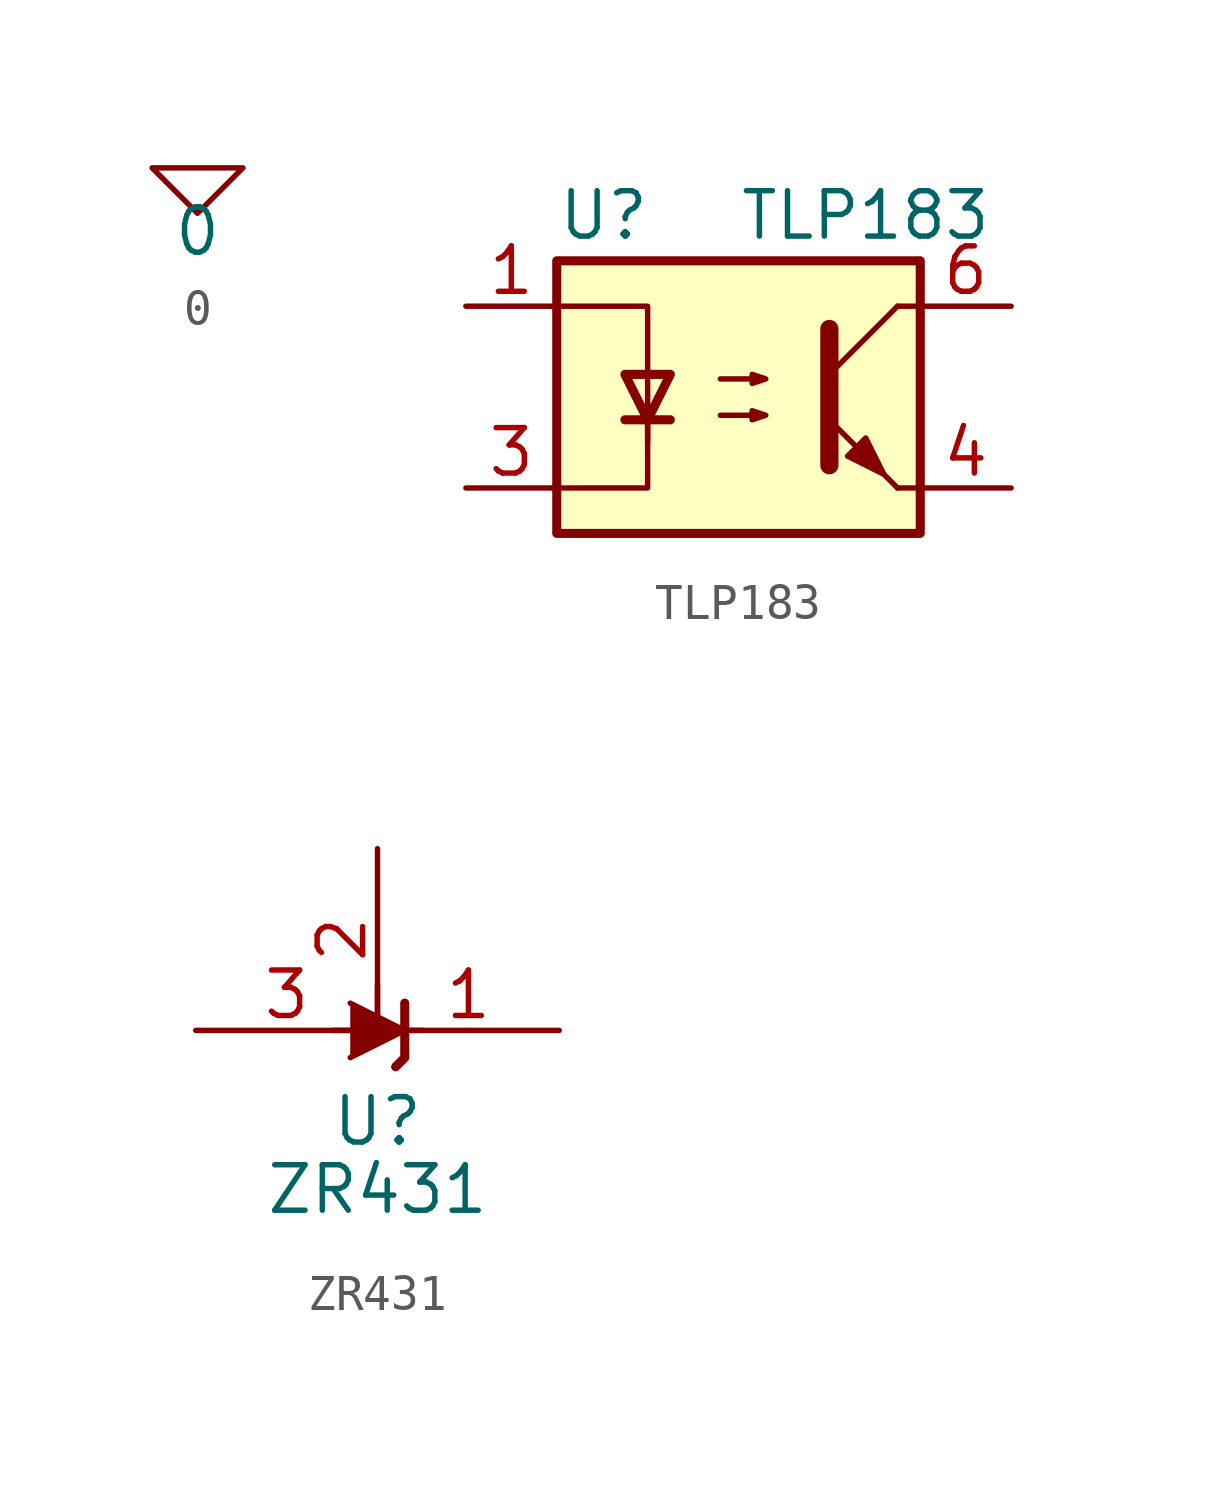
<source format=kicad_sym>
(kicad_symbol_lib
  (version 20241209)
  (generator "kicad_symbol_editor")
  (generator_version "9.0")
  (symbol "0"
    (power)
    (pin_names
      (offset 0))
    (property "Reference" "#GND"
      (at 0 -2.54 0)
      (effects (font (size 1.27 1.27)) (hide yes)))
    (property "Value" "0"
      (at 0 -1.778 0)
      (effects (font (size 1.27 1.27))))
    (symbol "0_0_1"
      (polyline (pts (xy -1.27 0) (xy 0 -1.27) (xy 1.27 0) (xy -1.27 0)) (stroke (width 0) (type default)) (fill (type none))))
    (symbol "0_1_1"
      (pin power_in line (at 0 0 0) (length 0) (hide yes) (name "0" (effects (font (size 1.016 1.016)))) (number "1" (effects (font (size 1.016 1.016)))))))
  (symbol "TLP183"
    (property "Reference" "U"
      (at -5.08 5.08 0)
      (effects (font (size 1.27 1.27)) (justify left)))
    (property "Value" "TLP183"
      (at 0 5.08 0)
      (effects (font (size 1.27 1.27)) (justify left)))
    (symbol "TLP183_0_1"
      (rectangle (start -5.08 3.81) (end 5.08 -3.81) (stroke (width 0.254) (type default)) (fill (type background)))
      (polyline (pts (xy -5.08 2.54) (xy -2.54 2.54) (xy -2.54 -1.27) (xy -2.54 0.635)) (stroke (width 0) (type default)) (fill (type none)))
      (polyline (pts (xy -3.175 -0.635) (xy -1.905 -0.635)) (stroke (width 0.254) (type default)) (fill (type none)))
      (polyline (pts (xy -2.54 -0.635) (xy -2.54 -2.54) (xy -5.08 -2.54)) (stroke (width 0) (type default)) (fill (type none)))
      (polyline (pts (xy -2.54 -0.635) (xy -3.175 0.635) (xy -1.905 0.635) (xy -2.54 -0.635)) (stroke (width 0.254) (type default)) (fill (type none)))
      (polyline (pts (xy -0.508 0.508) (xy 0.762 0.508) (xy 0.381 0.381) (xy 0.381 0.635) (xy 0.762 0.508)) (stroke (width 0) (type default)) (fill (type none)))
      (polyline (pts (xy -0.508 -0.508) (xy 0.762 -0.508) (xy 0.381 -0.635) (xy 0.381 -0.381) (xy 0.762 -0.508)) (stroke (width 0) (type default)) (fill (type none)))
      (polyline (pts (xy 2.54 1.905) (xy 2.54 -1.905) (xy 2.54 -1.905)) (stroke (width 0.508) (type default)) (fill (type none)))
      (polyline (pts (xy 2.54 0.635) (xy 4.445 2.54)) (stroke (width 0) (type default)) (fill (type none)))
      (polyline (pts (xy 3.048 -1.651) (xy 3.556 -1.143) (xy 4.064 -2.159) (xy 3.048 -1.651) (xy 3.048 -1.651)) (stroke (width 0) (type default)) (fill (type outline)))
      (polyline (pts (xy 4.445 2.54) (xy 5.08 2.54)) (stroke (width 0) (type default)) (fill (type none)))
      (polyline (pts (xy 4.445 -2.54) (xy 2.54 -0.635)) (stroke (width 0) (type default)) (fill (type outline)))
      (polyline (pts (xy 4.445 -2.54) (xy 5.08 -2.54)) (stroke (width 0) (type default)) (fill (type none))))
    (symbol "TLP183_1_1"
      (pin passive line (at -7.62 2.54 0) (length 2.54) (name "~" (effects (font (size 1.27 1.27)))) (number "1" (effects (font (size 1.27 1.27)))))
      (pin passive line (at -7.62 -2.54 0) (length 2.54) (name "~" (effects (font (size 1.27 1.27)))) (number "3" (effects (font (size 1.27 1.27)))))
      (pin passive line (at 7.62 2.54 180) (length 2.54) (name "~" (effects (font (size 1.27 1.27)))) (number "6" (effects (font (size 1.27 1.27)))))
      (pin passive line (at 7.62 -2.54 180) (length 2.54) (name "~" (effects (font (size 1.27 1.27)))) (number "4" (effects (font (size 1.27 1.27)))))))
  (symbol "ZR431"
    (pin_names
      (hide yes))
    (property "Reference" "U"
      (at 0 -2.54 0)
      (effects (font (size 1.27 1.27))))
    (property "Value" "ZR431"
      (at 0 -4.445 0)
      (effects (font (size 1.27 1.27))))
    (symbol "ZR431_0_1"
      (polyline (pts (xy -1.27 0) (xy 0 0) (xy 1.27 0)) (stroke (width 0) (type default)) (fill (type none)))
      (polyline (pts (xy -0.762 0.762) (xy 0.762 0) (xy -0.762 -0.762)) (stroke (width 0) (type default)) (fill (type outline)))
      (polyline (pts (xy 0.508 -1.016) (xy 0.762 -0.762) (xy 0.762 0.762) (xy 0.762 0.762)) (stroke (width 0.254) (type default)) (fill (type none))))
    (symbol "ZR431_1_1"
      (polyline (pts (xy 0 1.27) (xy 0 0)) (stroke (width 0) (type default)) (fill (type none)))
      (pin passive line (at -5.08 0 0) (length 5.08) (name "A" (effects (font (size 1.27 1.27)))) (number "3" (effects (font (size 1.27 1.27)))))
      (pin passive line (at 0 5.08 270) (length 5.08) (name "REF" (effects (font (size 1.27 1.27)))) (number "2" (effects (font (size 1.27 1.27)))))
      (pin passive line (at 5.08 0 180) (length 5.08) (name "K" (effects (font (size 1.27 1.27)))) (number "1" (effects (font (size 1.27 1.27))))))))
</source>
